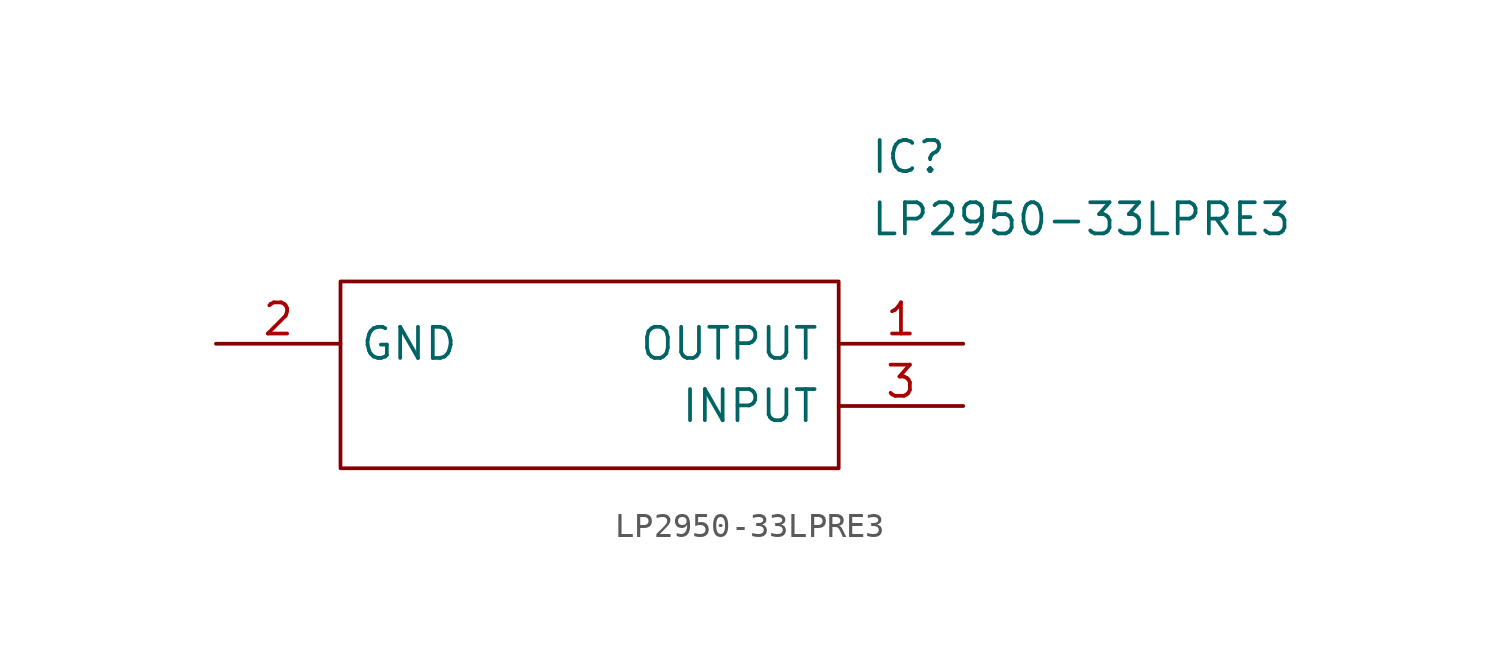
<source format=kicad_sym>
(kicad_symbol_lib
  (version 20241209)
  (generator "kicad_symbol_editor")
  (generator_version "9.0")
  (symbol "LP2950-33LPRE3"
    (pin_names
      (offset 0.762))
    (property "Reference" "IC"
      (at 26.67 7.62 0)
      (effects (font (size 1.27 1.27)) (justify left)))
    (property "Value" "LP2950-33LPRE3"
      (at 26.67 5.08 0)
      (effects (font (size 1.27 1.27)) (justify left)))
    (symbol "LP2950-33LPRE3_0_0"
      (pin passive line (at 0 0 0) (length 5.08) (name "GND" (effects (font (size 1.27 1.27)))) (number "2" (effects (font (size 1.27 1.27)))))
      (pin passive line (at 30.48 0 180) (length 5.08) (name "OUTPUT" (effects (font (size 1.27 1.27)))) (number "1" (effects (font (size 1.27 1.27)))))
      (pin passive line (at 30.48 -2.54 180) (length 5.08) (name "INPUT" (effects (font (size 1.27 1.27)))) (number "3" (effects (font (size 1.27 1.27))))))
    (symbol "LP2950-33LPRE3_0_1"
      (polyline (pts (xy 5.08 2.54) (xy 25.4 2.54) (xy 25.4 -5.08) (xy 5.08 -5.08) (xy 5.08 2.54)) (stroke (width 0.152) (type solid)) (fill (type none))))))
</source>
